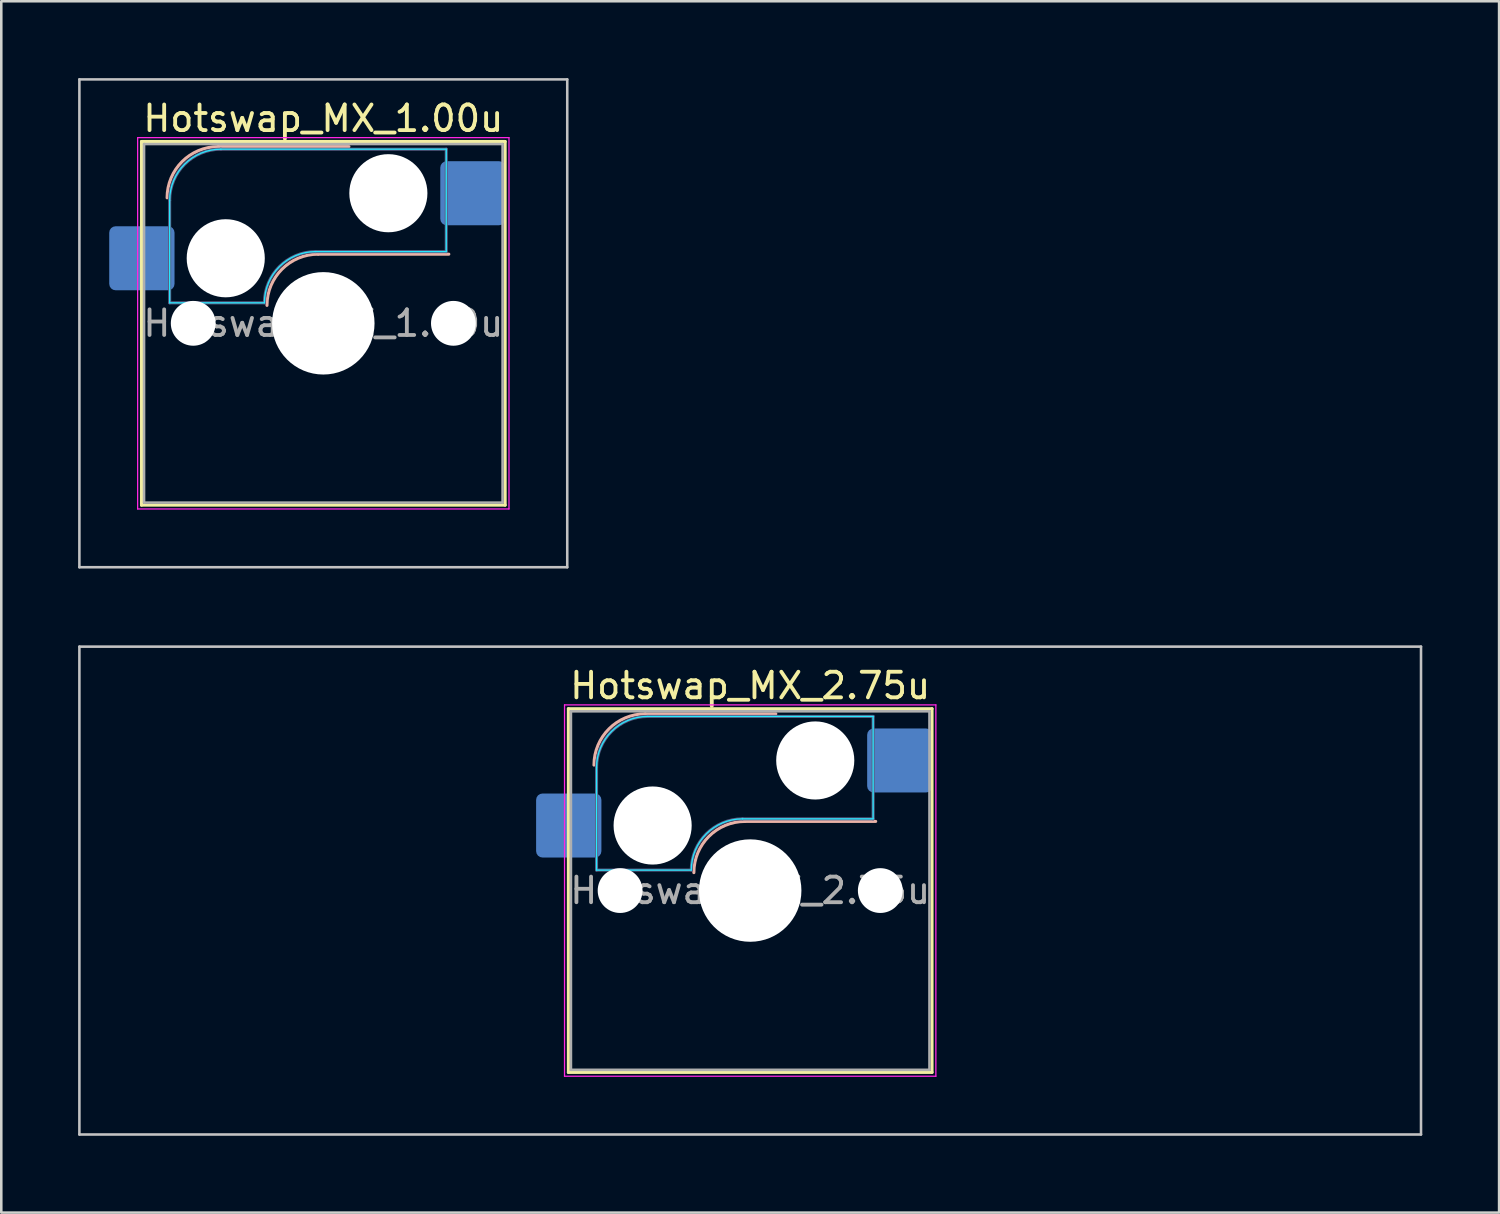
<source format=kicad_pcb>
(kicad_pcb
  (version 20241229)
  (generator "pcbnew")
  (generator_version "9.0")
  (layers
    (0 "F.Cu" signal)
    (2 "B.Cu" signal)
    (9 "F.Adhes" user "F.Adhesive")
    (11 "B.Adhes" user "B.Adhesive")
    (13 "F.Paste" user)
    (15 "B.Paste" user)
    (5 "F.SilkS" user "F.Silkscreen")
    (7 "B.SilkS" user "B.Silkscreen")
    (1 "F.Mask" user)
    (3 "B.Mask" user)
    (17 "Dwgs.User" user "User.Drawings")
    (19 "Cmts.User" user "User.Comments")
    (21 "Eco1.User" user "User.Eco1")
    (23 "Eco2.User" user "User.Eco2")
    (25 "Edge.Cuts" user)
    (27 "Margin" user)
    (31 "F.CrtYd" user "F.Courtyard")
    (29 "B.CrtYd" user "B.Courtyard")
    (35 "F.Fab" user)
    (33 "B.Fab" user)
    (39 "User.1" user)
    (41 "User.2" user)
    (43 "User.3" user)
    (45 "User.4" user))
  (footprint "Hotswap_MX_1.00u"
    (layer "F.Cu")
    (at 9.575 9.575)
    (property "Reference" "Hotswap_MX_1.00u" (at 0 -8 0) (layer "F.SilkS") (effects (font (size 1 1) (thickness 0.15))))
    (attr smd)
    (fp_line (start -7.1 -7.1) (end -7.1 7.1) (stroke (width 0.12) (type solid)) (layer "F.SilkS"))
    (fp_line (start -7.1 7.1) (end 7.1 7.1) (stroke (width 0.12) (type solid)) (layer "F.SilkS"))
    (fp_line (start 7.1 -7.1) (end -7.1 -7.1) (stroke (width 0.12) (type solid)) (layer "F.SilkS"))
    (fp_line (start 7.1 7.1) (end 7.1 -7.1) (stroke (width 0.12) (type solid)) (layer "F.SilkS"))
    (fp_line (start -4.1 -6.9) (end 1 -6.9) (stroke (width 0.12) (type solid)) (layer "B.SilkS"))
    (fp_line (start -0.2 -2.7) (end 4.9 -2.7) (stroke (width 0.12) (type solid)) (layer "B.SilkS"))
    (fp_arc (start -6.1 -4.9) (mid -5.514214 -6.314214) (end -4.1 -6.9) (stroke (width 0.12) (type solid)) (layer "B.SilkS"))
    (fp_arc (start -2.2 -0.7) (mid -1.614214 -2.114214) (end -0.2 -2.7) (stroke (width 0.12) (type solid)) (layer "B.SilkS"))
    (fp_line (start -9.525 -9.525) (end -9.525 9.525) (stroke (width 0.1) (type solid)) (layer "Dwgs.User"))
    (fp_line (start -9.525 9.525) (end 9.525 9.525) (stroke (width 0.1) (type solid)) (layer "Dwgs.User"))
    (fp_line (start 9.525 -9.525) (end -9.525 -9.525) (stroke (width 0.1) (type solid)) (layer "Dwgs.User"))
    (fp_line (start 9.525 9.525) (end 9.525 -9.525) (stroke (width 0.1) (type solid)) (layer "Dwgs.User"))
    (fp_line (start -7.8 -6) (end -7 -6) (stroke (width 0.1) (type solid)) (layer "Eco1.User"))
    (fp_line (start -7.8 -2.9) (end -7.8 -6) (stroke (width 0.1) (type solid)) (layer "Eco1.User"))
    (fp_line (start -7.8 2.9) (end -7 2.9) (stroke (width 0.1) (type solid)) (layer "Eco1.User"))
    (fp_line (start -7.8 6) (end -7.8 2.9) (stroke (width 0.1) (type solid)) (layer "Eco1.User"))
    (fp_line (start -7 -7) (end 7 -7) (stroke (width 0.1) (type solid)) (layer "Eco1.User"))
    (fp_line (start -7 -6) (end -7 -7) (stroke (width 0.1) (type solid)) (layer "Eco1.User"))
    (fp_line (start -7 -2.9) (end -7.8 -2.9) (stroke (width 0.1) (type solid)) (layer "Eco1.User"))
    (fp_line (start -7 2.9) (end -7 -2.9) (stroke (width 0.1) (type solid)) (layer "Eco1.User"))
    (fp_line (start -7 6) (end -7.8 6) (stroke (width 0.1) (type solid)) (layer "Eco1.User"))
    (fp_line (start -7 7) (end -7 6) (stroke (width 0.1) (type solid)) (layer "Eco1.User"))
    (fp_line (start 7 -7) (end 7 -6) (stroke (width 0.1) (type solid)) (layer "Eco1.User"))
    (fp_line (start 7 -6) (end 7.8 -6) (stroke (width 0.1) (type solid)) (layer "Eco1.User"))
    (fp_line (start 7 -2.9) (end 7 2.9) (stroke (width 0.1) (type solid)) (layer "Eco1.User"))
    (fp_line (start 7 2.9) (end 7.8 2.9) (stroke (width 0.1) (type solid)) (layer "Eco1.User"))
    (fp_line (start 7 6) (end 7 7) (stroke (width 0.1) (type solid)) (layer "Eco1.User"))
    (fp_line (start 7 7) (end -7 7) (stroke (width 0.1) (type solid)) (layer "Eco1.User"))
    (fp_line (start 7.8 -6) (end 7.8 -2.9) (stroke (width 0.1) (type solid)) (layer "Eco1.User"))
    (fp_line (start 7.8 -2.9) (end 7 -2.9) (stroke (width 0.1) (type solid)) (layer "Eco1.User"))
    (fp_line (start 7.8 2.9) (end 7.8 6) (stroke (width 0.1) (type solid)) (layer "Eco1.User"))
    (fp_line (start 7.8 6) (end 7 6) (stroke (width 0.1) (type solid)) (layer "Eco1.User"))
    (fp_line (start -6 -0.8) (end -6 -4.8) (stroke (width 0.05) (type solid)) (layer "B.CrtYd"))
    (fp_line (start -6 -0.8) (end -2.3 -0.8) (stroke (width 0.05) (type solid)) (layer "B.CrtYd"))
    (fp_line (start -4 -6.8) (end 4.8 -6.8) (stroke (width 0.05) (type solid)) (layer "B.CrtYd"))
    (fp_line (start -0.3 -2.8) (end 4.8 -2.8) (stroke (width 0.05) (type solid)) (layer "B.CrtYd"))
    (fp_line (start 4.8 -6.8) (end 4.8 -2.8) (stroke (width 0.05) (type solid)) (layer "B.CrtYd"))
    (fp_arc (start -6 -4.8) (mid -5.414214 -6.214214) (end -4 -6.8) (stroke (width 0.05) (type solid)) (layer "B.CrtYd"))
    (fp_arc (start -2.3 -0.8) (mid -1.714214 -2.214214) (end -0.3 -2.8) (stroke (width 0.05) (type solid)) (layer "B.CrtYd"))
    (fp_line (start -7.25 -7.25) (end -7.25 7.25) (stroke (width 0.05) (type solid)) (layer "F.CrtYd"))
    (fp_line (start -7.25 7.25) (end 7.25 7.25) (stroke (width 0.05) (type solid)) (layer "F.CrtYd"))
    (fp_line (start 7.25 -7.25) (end -7.25 -7.25) (stroke (width 0.05) (type solid)) (layer "F.CrtYd"))
    (fp_line (start 7.25 7.25) (end 7.25 -7.25) (stroke (width 0.05) (type solid)) (layer "F.CrtYd"))
    (fp_line (start -6 -0.8) (end -6 -4.8) (stroke (width 0.12) (type solid)) (layer "B.Fab"))
    (fp_line (start -6 -0.8) (end -2.3 -0.8) (stroke (width 0.12) (type solid)) (layer "B.Fab"))
    (fp_line (start -4 -6.8) (end 4.8 -6.8) (stroke (width 0.12) (type solid)) (layer "B.Fab"))
    (fp_line (start -0.3 -2.8) (end 4.8 -2.8) (stroke (width 0.12) (type solid)) (layer "B.Fab"))
    (fp_line (start 4.8 -6.8) (end 4.8 -2.8) (stroke (width 0.12) (type solid)) (layer "B.Fab"))
    (fp_arc (start -6 -4.8) (mid -5.414214 -6.214214) (end -4 -6.8) (stroke (width 0.12) (type solid)) (layer "B.Fab"))
    (fp_arc (start -2.3 -0.8) (mid -1.714214 -2.214214) (end -0.3 -2.8) (stroke (width 0.12) (type solid)) (layer "B.Fab"))
    (fp_line (start -7 -7) (end -7 7) (stroke (width 0.1) (type solid)) (layer "F.Fab"))
    (fp_line (start -7 7) (end 7 7) (stroke (width 0.1) (type solid)) (layer "F.Fab"))
    (fp_line (start 7 -7) (end -7 -7) (stroke (width 0.1) (type solid)) (layer "F.Fab"))
    (fp_line (start 7 7) (end 7 -7) (stroke (width 0.1) (type solid)) (layer "F.Fab"))
    (fp_text user "${REFERENCE}" (at 0 0 0) (layer "F.Fab") (effects (font (size 1 1) (thickness 0.15))))
    (pad "" np_thru_hole circle (at -5.08 0) (size 1.75 1.75) (drill 1.75) (layers "*.Cu" "*.Mask"))
    (pad "" np_thru_hole circle (at -3.81 -2.54) (size 3.05 3.05) (drill 3.05) (layers "*.Cu" "*.Mask"))
    (pad "" np_thru_hole circle (at 0 0) (size 4 4) (drill 4) (layers "*.Cu" "*.Mask"))
    (pad "" np_thru_hole circle (at 2.54 -5.08) (size 3.05 3.05) (drill 3.05) (layers "*.Cu" "*.Mask"))
    (pad "" np_thru_hole circle (at 5.08 0) (size 1.75 1.75) (drill 1.75) (layers "*.Cu" "*.Mask"))
    (pad "1" smd roundrect (at -7.085 -2.54) (size 2.55 2.5) (layers "B.Cu" "B.Mask" "B.Paste") (roundrect_rratio 0.1))
    (pad "2" smd roundrect (at 5.842 -5.08) (size 2.55 2.5) (layers "B.Cu" "B.Mask" "B.Paste") (roundrect_rratio 0.1)))
  (footprint "Hotswap_MX_2.75u"
    (layer "F.Cu")
    (at 26.244 31.725)
    (property "Reference" "Hotswap_MX_2.75u" (at 0 -8 0) (layer "F.SilkS") (effects (font (size 1 1) (thickness 0.15))))
    (attr smd)
    (fp_line (start -7.1 -7.1) (end -7.1 7.1) (stroke (width 0.12) (type solid)) (layer "F.SilkS"))
    (fp_line (start -7.1 7.1) (end 7.1 7.1) (stroke (width 0.12) (type solid)) (layer "F.SilkS"))
    (fp_line (start 7.1 -7.1) (end -7.1 -7.1) (stroke (width 0.12) (type solid)) (layer "F.SilkS"))
    (fp_line (start 7.1 7.1) (end 7.1 -7.1) (stroke (width 0.12) (type solid)) (layer "F.SilkS"))
    (fp_line (start -4.1 -6.9) (end 1 -6.9) (stroke (width 0.12) (type solid)) (layer "B.SilkS"))
    (fp_line (start -0.2 -2.7) (end 4.9 -2.7) (stroke (width 0.12) (type solid)) (layer "B.SilkS"))
    (fp_arc (start -6.1 -4.9) (mid -5.514214 -6.314214) (end -4.1 -6.9) (stroke (width 0.12) (type solid)) (layer "B.SilkS"))
    (fp_arc (start -2.2 -0.7) (mid -1.614214 -2.114214) (end -0.2 -2.7) (stroke (width 0.12) (type solid)) (layer "B.SilkS"))
    (fp_line (start -26.194 -9.525) (end -26.194 9.525) (stroke (width 0.1) (type solid)) (layer "Dwgs.User"))
    (fp_line (start -26.194 9.525) (end 26.194 9.525) (stroke (width 0.1) (type solid)) (layer "Dwgs.User"))
    (fp_line (start 26.194 -9.525) (end -26.194 -9.525) (stroke (width 0.1) (type solid)) (layer "Dwgs.User"))
    (fp_line (start 26.194 9.525) (end 26.194 -9.525) (stroke (width 0.1) (type solid)) (layer "Dwgs.User"))
    (fp_line (start -7.8 -6) (end -7 -6) (stroke (width 0.1) (type solid)) (layer "Eco1.User"))
    (fp_line (start -7.8 -2.9) (end -7.8 -6) (stroke (width 0.1) (type solid)) (layer "Eco1.User"))
    (fp_line (start -7.8 2.9) (end -7 2.9) (stroke (width 0.1) (type solid)) (layer "Eco1.User"))
    (fp_line (start -7.8 6) (end -7.8 2.9) (stroke (width 0.1) (type solid)) (layer "Eco1.User"))
    (fp_line (start -7 -7) (end 7 -7) (stroke (width 0.1) (type solid)) (layer "Eco1.User"))
    (fp_line (start -7 -6) (end -7 -7) (stroke (width 0.1) (type solid)) (layer "Eco1.User"))
    (fp_line (start -7 -2.9) (end -7.8 -2.9) (stroke (width 0.1) (type solid)) (layer "Eco1.User"))
    (fp_line (start -7 2.9) (end -7 -2.9) (stroke (width 0.1) (type solid)) (layer "Eco1.User"))
    (fp_line (start -7 6) (end -7.8 6) (stroke (width 0.1) (type solid)) (layer "Eco1.User"))
    (fp_line (start -7 7) (end -7 6) (stroke (width 0.1) (type solid)) (layer "Eco1.User"))
    (fp_line (start 7 -7) (end 7 -6) (stroke (width 0.1) (type solid)) (layer "Eco1.User"))
    (fp_line (start 7 -6) (end 7.8 -6) (stroke (width 0.1) (type solid)) (layer "Eco1.User"))
    (fp_line (start 7 -2.9) (end 7 2.9) (stroke (width 0.1) (type solid)) (layer "Eco1.User"))
    (fp_line (start 7 2.9) (end 7.8 2.9) (stroke (width 0.1) (type solid)) (layer "Eco1.User"))
    (fp_line (start 7 6) (end 7 7) (stroke (width 0.1) (type solid)) (layer "Eco1.User"))
    (fp_line (start 7 7) (end -7 7) (stroke (width 0.1) (type solid)) (layer "Eco1.User"))
    (fp_line (start 7.8 -6) (end 7.8 -2.9) (stroke (width 0.1) (type solid)) (layer "Eco1.User"))
    (fp_line (start 7.8 -2.9) (end 7 -2.9) (stroke (width 0.1) (type solid)) (layer "Eco1.User"))
    (fp_line (start 7.8 2.9) (end 7.8 6) (stroke (width 0.1) (type solid)) (layer "Eco1.User"))
    (fp_line (start 7.8 6) (end 7 6) (stroke (width 0.1) (type solid)) (layer "Eco1.User"))
    (fp_line (start -6 -0.8) (end -6 -4.8) (stroke (width 0.05) (type solid)) (layer "B.CrtYd"))
    (fp_line (start -6 -0.8) (end -2.3 -0.8) (stroke (width 0.05) (type solid)) (layer "B.CrtYd"))
    (fp_line (start -4 -6.8) (end 4.8 -6.8) (stroke (width 0.05) (type solid)) (layer "B.CrtYd"))
    (fp_line (start -0.3 -2.8) (end 4.8 -2.8) (stroke (width 0.05) (type solid)) (layer "B.CrtYd"))
    (fp_line (start 4.8 -6.8) (end 4.8 -2.8) (stroke (width 0.05) (type solid)) (layer "B.CrtYd"))
    (fp_arc (start -6 -4.8) (mid -5.414214 -6.214214) (end -4 -6.8) (stroke (width 0.05) (type solid)) (layer "B.CrtYd"))
    (fp_arc (start -2.3 -0.8) (mid -1.714214 -2.214214) (end -0.3 -2.8) (stroke (width 0.05) (type solid)) (layer "B.CrtYd"))
    (fp_line (start -7.25 -7.25) (end -7.25 7.25) (stroke (width 0.05) (type solid)) (layer "F.CrtYd"))
    (fp_line (start -7.25 7.25) (end 7.25 7.25) (stroke (width 0.05) (type solid)) (layer "F.CrtYd"))
    (fp_line (start 7.25 -7.25) (end -7.25 -7.25) (stroke (width 0.05) (type solid)) (layer "F.CrtYd"))
    (fp_line (start 7.25 7.25) (end 7.25 -7.25) (stroke (width 0.05) (type solid)) (layer "F.CrtYd"))
    (fp_line (start -6 -0.8) (end -6 -4.8) (stroke (width 0.12) (type solid)) (layer "B.Fab"))
    (fp_line (start -6 -0.8) (end -2.3 -0.8) (stroke (width 0.12) (type solid)) (layer "B.Fab"))
    (fp_line (start -4 -6.8) (end 4.8 -6.8) (stroke (width 0.12) (type solid)) (layer "B.Fab"))
    (fp_line (start -0.3 -2.8) (end 4.8 -2.8) (stroke (width 0.12) (type solid)) (layer "B.Fab"))
    (fp_line (start 4.8 -6.8) (end 4.8 -2.8) (stroke (width 0.12) (type solid)) (layer "B.Fab"))
    (fp_arc (start -6 -4.8) (mid -5.414214 -6.214214) (end -4 -6.8) (stroke (width 0.12) (type solid)) (layer "B.Fab"))
    (fp_arc (start -2.3 -0.8) (mid -1.714214 -2.214214) (end -0.3 -2.8) (stroke (width 0.12) (type solid)) (layer "B.Fab"))
    (fp_line (start -7 -7) (end -7 7) (stroke (width 0.1) (type solid)) (layer "F.Fab"))
    (fp_line (start -7 7) (end 7 7) (stroke (width 0.1) (type solid)) (layer "F.Fab"))
    (fp_line (start 7 -7) (end -7 -7) (stroke (width 0.1) (type solid)) (layer "F.Fab"))
    (fp_line (start 7 7) (end 7 -7) (stroke (width 0.1) (type solid)) (layer "F.Fab"))
    (fp_text user "${REFERENCE}" (at 0 0 0) (layer "F.Fab") (effects (font (size 1 1) (thickness 0.15))))
    (pad "" np_thru_hole circle (at -5.08 0) (size 1.75 1.75) (drill 1.75) (layers "*.Cu" "*.Mask"))
    (pad "" np_thru_hole circle (at -3.81 -2.54) (size 3.05 3.05) (drill 3.05) (layers "*.Cu" "*.Mask"))
    (pad "" np_thru_hole circle (at 0 0) (size 4 4) (drill 4) (layers "*.Cu" "*.Mask"))
    (pad "" np_thru_hole circle (at 2.54 -5.08) (size 3.05 3.05) (drill 3.05) (layers "*.Cu" "*.Mask"))
    (pad "" np_thru_hole circle (at 5.08 0) (size 1.75 1.75) (drill 1.75) (layers "*.Cu" "*.Mask"))
    (pad "1" smd roundrect (at -7.085 -2.54) (size 2.55 2.5) (layers "B.Cu" "B.Mask" "B.Paste") (roundrect_rratio 0.1))
    (pad "2" smd roundrect (at 5.842 -5.08) (size 2.55 2.5) (layers "B.Cu" "B.Mask" "B.Paste") (roundrect_rratio 0.1)))
  (gr_rect
    (start -3 -3)
    (end 55.487 44.3)
    (stroke (width 0.1) (type default))
    (fill no)
    (layer "Edge.Cuts")))
</source>
